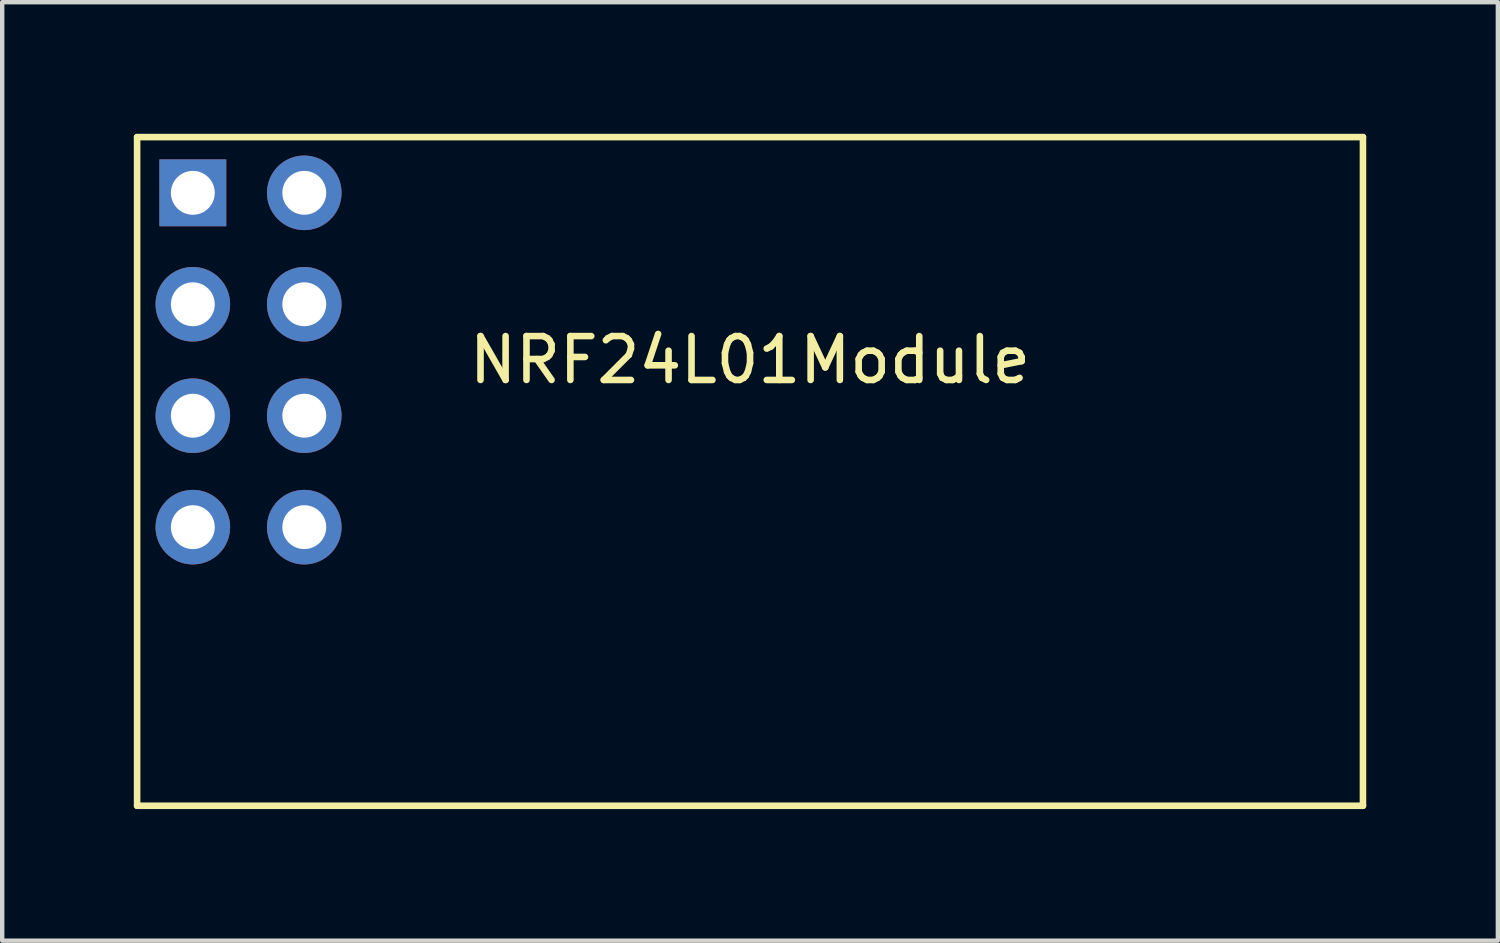
<source format=kicad_pcb>
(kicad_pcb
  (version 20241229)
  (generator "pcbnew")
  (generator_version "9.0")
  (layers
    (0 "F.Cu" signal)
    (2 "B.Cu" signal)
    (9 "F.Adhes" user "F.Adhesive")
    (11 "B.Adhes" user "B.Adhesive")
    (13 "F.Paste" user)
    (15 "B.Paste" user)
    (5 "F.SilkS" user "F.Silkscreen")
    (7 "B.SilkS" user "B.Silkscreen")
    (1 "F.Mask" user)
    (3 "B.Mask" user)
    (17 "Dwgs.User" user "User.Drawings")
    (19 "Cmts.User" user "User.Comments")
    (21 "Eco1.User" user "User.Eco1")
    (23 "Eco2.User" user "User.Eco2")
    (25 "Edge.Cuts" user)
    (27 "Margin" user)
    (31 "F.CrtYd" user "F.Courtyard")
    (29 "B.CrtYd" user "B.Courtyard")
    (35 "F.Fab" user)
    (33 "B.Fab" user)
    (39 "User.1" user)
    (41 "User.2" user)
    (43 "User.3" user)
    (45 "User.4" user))
  (footprint "NRF24L01Module"
    (layer "F.Cu")
    (at 3.885 3.885)
    (property "Reference" "NRF24L01Module" (at 10.16 1.27 0) (layer "F.SilkS") (effects (font (size 1 1) (thickness 0.15))))
    (attr through_hole)
    (fp_line (start -3.81 -3.81) (end -3.81 11.43) (stroke (width 0.15) (type solid)) (layer "F.SilkS"))
    (fp_line (start -3.81 11.43) (end 24.13 11.43) (stroke (width 0.15) (type solid)) (layer "F.SilkS"))
    (fp_line (start 24.13 -3.81) (end -3.81 -3.81) (stroke (width 0.15) (type solid)) (layer "F.SilkS"))
    (fp_line (start 24.13 11.43) (end 24.13 -3.81) (stroke (width 0.15) (type solid)) (layer "F.SilkS"))
    (pad "1" thru_hole rect (at -2.54 -2.54) (size 1.524 1.524) (drill 1) (layers "*.Cu" "*.Mask"))
    (pad "2" thru_hole circle (at 0 -2.54) (size 1.7 1.7) (drill 1) (layers "*.Cu" "*.Mask"))
    (pad "3" thru_hole circle (at -2.54 0) (size 1.7 1.7) (drill 1) (layers "*.Cu" "*.Mask"))
    (pad "4" thru_hole circle (at 0 0) (size 1.7 1.7) (drill 1) (layers "*.Cu" "*.Mask"))
    (pad "5" thru_hole circle (at -2.54 2.54) (size 1.7 1.7) (drill 1) (layers "*.Cu" "*.Mask"))
    (pad "6" thru_hole circle (at 0 2.54) (size 1.7 1.7) (drill 1) (layers "*.Cu" "*.Mask"))
    (pad "7" thru_hole circle (at -2.54 5.08) (size 1.7 1.7) (drill 1) (layers "*.Cu" "*.Mask"))
    (pad "8" thru_hole circle (at 0 5.08) (size 1.7 1.7) (drill 1) (layers "*.Cu" "*.Mask")))
  (gr_rect
    (start -3 -3)
    (end 31.09 18.39)
    (stroke (width 0.1) (type default))
    (fill no)
    (layer "Edge.Cuts")))
</source>
